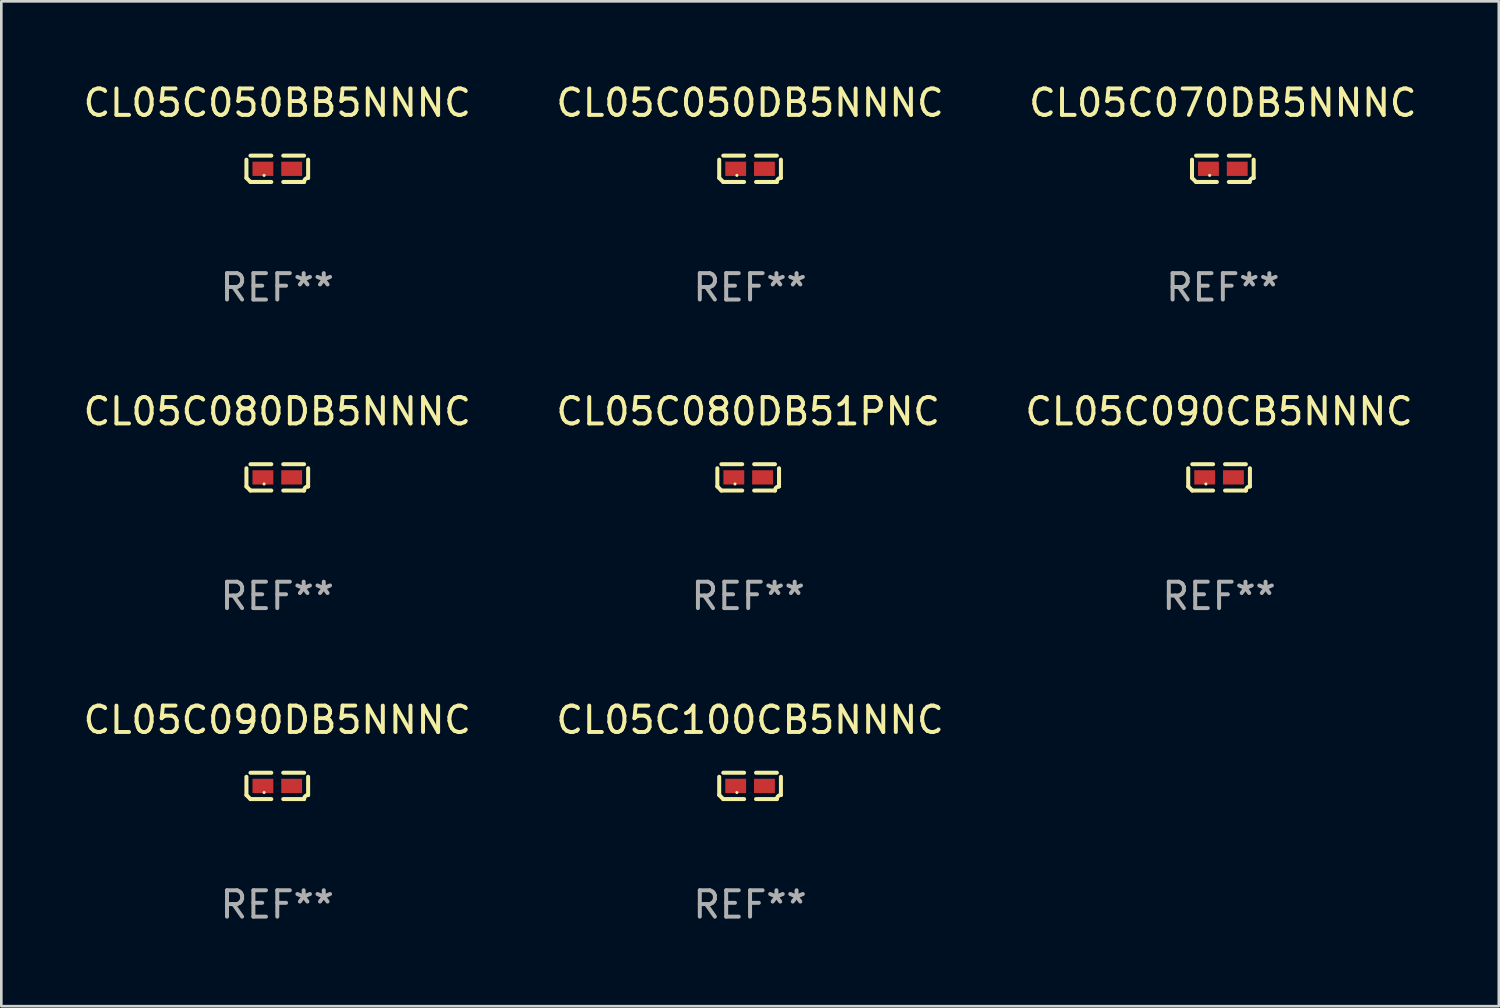
<source format=kicad_pcb>
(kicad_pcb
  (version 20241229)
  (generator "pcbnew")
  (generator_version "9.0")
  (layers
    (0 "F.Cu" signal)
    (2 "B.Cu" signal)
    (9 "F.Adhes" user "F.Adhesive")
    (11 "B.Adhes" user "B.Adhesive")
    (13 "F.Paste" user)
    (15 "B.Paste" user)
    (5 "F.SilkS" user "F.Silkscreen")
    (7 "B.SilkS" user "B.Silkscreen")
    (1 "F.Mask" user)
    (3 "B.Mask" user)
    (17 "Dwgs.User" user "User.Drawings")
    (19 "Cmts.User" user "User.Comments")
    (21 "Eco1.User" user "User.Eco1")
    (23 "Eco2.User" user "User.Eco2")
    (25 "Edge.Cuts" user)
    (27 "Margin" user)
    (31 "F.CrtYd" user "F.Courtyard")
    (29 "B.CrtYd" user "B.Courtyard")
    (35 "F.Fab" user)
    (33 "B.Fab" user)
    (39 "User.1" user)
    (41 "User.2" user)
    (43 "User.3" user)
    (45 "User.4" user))
  (footprint "CL05C050BB5NNNC"
    (layer "F.Cu")
    (at 7.458 3.347)
    (property "Reference" "CL05C050BB5NNNC" (at 0 -2.499 0) (layer "F.SilkS") (effects (font (size 1 1) (thickness 0.15))))
    (attr through_hole)
    (fp_line (start -1.169 0.346) (end -1.169 -0.346) (stroke (width 0.152) (type solid)) (layer "F.SilkS"))
    (fp_line (start -1.016 -0.499) (end -0.226 -0.499) (stroke (width 0.152) (type solid)) (layer "F.SilkS"))
    (fp_line (start -0.226 0.499) (end -1.016 0.499) (stroke (width 0.152) (type solid)) (layer "F.SilkS"))
    (fp_line (start 0.226 0.499) (end 1.016 0.499) (stroke (width 0.152) (type solid)) (layer "F.SilkS"))
    (fp_line (start 1.016 -0.499) (end 0.226 -0.499) (stroke (width 0.152) (type solid)) (layer "F.SilkS"))
    (fp_line (start 1.169 0.346) (end 1.169 -0.346) (stroke (width 0.152) (type solid)) (layer "F.SilkS"))
    (fp_arc (start -1.016307 0.498603) (mid -1.092512 0.422405) (end -1.16871 0.3462) (stroke (width 0.1524) (type solid)) (layer "F.SilkS"))
    (fp_arc (start 1.016307 0.498603) (mid 1.060899 0.390758) (end 1.168707 0.346076) (stroke (width 0.1524) (type solid)) (layer "F.SilkS"))
    (fp_circle (center -0.5 0.25) (end -0.47 0.25) (stroke (width 0.06) (type solid)) (fill no) (layer "F.SilkS"))
    (fp_text user "REF**" (at 0 4.499 0) (layer "F.Fab") (effects (font (size 1 1) (thickness 0.15))))
    (pad "1" smd rect (at -0.545 0) (size 0.79 0.54) (layers "F.Cu" "F.Mask" "F.Paste"))
    (pad "2" smd rect (at 0.545 0) (size 0.79 0.54) (layers "F.Cu" "F.Mask" "F.Paste")))
  (footprint "CL05C070DB5NNNC"
    (layer "F.Cu")
    (at 43.292 3.347)
    (property "Reference" "CL05C070DB5NNNC" (at 0 -2.499 0) (layer "F.SilkS") (effects (font (size 1 1) (thickness 0.15))))
    (attr through_hole)
    (fp_line (start -1.169 0.346) (end -1.169 -0.346) (stroke (width 0.152) (type solid)) (layer "F.SilkS"))
    (fp_line (start -1.016 -0.499) (end -0.226 -0.499) (stroke (width 0.152) (type solid)) (layer "F.SilkS"))
    (fp_line (start -0.226 0.499) (end -1.016 0.499) (stroke (width 0.152) (type solid)) (layer "F.SilkS"))
    (fp_line (start 0.226 0.499) (end 1.016 0.499) (stroke (width 0.152) (type solid)) (layer "F.SilkS"))
    (fp_line (start 1.016 -0.499) (end 0.226 -0.499) (stroke (width 0.152) (type solid)) (layer "F.SilkS"))
    (fp_line (start 1.169 0.346) (end 1.169 -0.346) (stroke (width 0.152) (type solid)) (layer "F.SilkS"))
    (fp_arc (start -1.016307 0.498603) (mid -1.092512 0.422405) (end -1.16871 0.3462) (stroke (width 0.1524) (type solid)) (layer "F.SilkS"))
    (fp_arc (start 1.016307 0.498603) (mid 1.060899 0.390758) (end 1.168707 0.346076) (stroke (width 0.1524) (type solid)) (layer "F.SilkS"))
    (fp_circle (center -0.5 0.25) (end -0.47 0.25) (stroke (width 0.06) (type solid)) (fill no) (layer "F.SilkS"))
    (fp_text user "REF**" (at 0 4.499 0) (layer "F.Fab") (effects (font (size 1 1) (thickness 0.15))))
    (pad "1" smd rect (at -0.545 0) (size 0.79 0.54) (layers "F.Cu" "F.Mask" "F.Paste"))
    (pad "2" smd rect (at 0.545 0) (size 0.79 0.54) (layers "F.Cu" "F.Mask" "F.Paste")))
  (footprint "CL05C080DB51PNC"
    (layer "F.Cu")
    (at 25.304 15.041)
    (property "Reference" "CL05C080DB51PNC" (at 0 -2.499 0) (layer "F.SilkS") (effects (font (size 1 1) (thickness 0.15))))
    (attr through_hole)
    (fp_line (start -1.169 0.346) (end -1.169 -0.346) (stroke (width 0.152) (type solid)) (layer "F.SilkS"))
    (fp_line (start -1.016 -0.499) (end -0.226 -0.499) (stroke (width 0.152) (type solid)) (layer "F.SilkS"))
    (fp_line (start -0.226 0.499) (end -1.016 0.499) (stroke (width 0.152) (type solid)) (layer "F.SilkS"))
    (fp_line (start 0.226 0.499) (end 1.016 0.499) (stroke (width 0.152) (type solid)) (layer "F.SilkS"))
    (fp_line (start 1.016 -0.499) (end 0.226 -0.499) (stroke (width 0.152) (type solid)) (layer "F.SilkS"))
    (fp_line (start 1.169 0.346) (end 1.169 -0.346) (stroke (width 0.152) (type solid)) (layer "F.SilkS"))
    (fp_arc (start -1.016307 0.498603) (mid -1.092512 0.422405) (end -1.16871 0.3462) (stroke (width 0.1524) (type solid)) (layer "F.SilkS"))
    (fp_arc (start 1.016307 0.498603) (mid 1.060899 0.390758) (end 1.168707 0.346076) (stroke (width 0.1524) (type solid)) (layer "F.SilkS"))
    (fp_circle (center -0.5 0.25) (end -0.47 0.25) (stroke (width 0.06) (type solid)) (fill no) (layer "F.SilkS"))
    (fp_text user "REF**" (at 0 4.499 0) (layer "F.Fab") (effects (font (size 1 1) (thickness 0.15))))
    (pad "1" smd rect (at -0.545 0) (size 0.79 0.54) (layers "F.Cu" "F.Mask" "F.Paste"))
    (pad "2" smd rect (at 0.545 0) (size 0.79 0.54) (layers "F.Cu" "F.Mask" "F.Paste")))
  (footprint "CL05C080DB5NNNC"
    (layer "F.Cu")
    (at 7.458 15.041)
    (property "Reference" "CL05C080DB5NNNC" (at 0 -2.499 0) (layer "F.SilkS") (effects (font (size 1 1) (thickness 0.15))))
    (attr through_hole)
    (fp_line (start -1.169 0.346) (end -1.169 -0.346) (stroke (width 0.152) (type solid)) (layer "F.SilkS"))
    (fp_line (start -1.016 -0.499) (end -0.226 -0.499) (stroke (width 0.152) (type solid)) (layer "F.SilkS"))
    (fp_line (start -0.226 0.499) (end -1.016 0.499) (stroke (width 0.152) (type solid)) (layer "F.SilkS"))
    (fp_line (start 0.226 0.499) (end 1.016 0.499) (stroke (width 0.152) (type solid)) (layer "F.SilkS"))
    (fp_line (start 1.016 -0.499) (end 0.226 -0.499) (stroke (width 0.152) (type solid)) (layer "F.SilkS"))
    (fp_line (start 1.169 0.346) (end 1.169 -0.346) (stroke (width 0.152) (type solid)) (layer "F.SilkS"))
    (fp_arc (start -1.016307 0.498603) (mid -1.092512 0.422405) (end -1.16871 0.3462) (stroke (width 0.1524) (type solid)) (layer "F.SilkS"))
    (fp_arc (start 1.016307 0.498603) (mid 1.060899 0.390758) (end 1.168707 0.346076) (stroke (width 0.1524) (type solid)) (layer "F.SilkS"))
    (fp_circle (center -0.5 0.25) (end -0.47 0.25) (stroke (width 0.06) (type solid)) (fill no) (layer "F.SilkS"))
    (fp_text user "REF**" (at 0 4.499 0) (layer "F.Fab") (effects (font (size 1 1) (thickness 0.15))))
    (pad "1" smd rect (at -0.545 0) (size 0.79 0.54) (layers "F.Cu" "F.Mask" "F.Paste"))
    (pad "2" smd rect (at 0.545 0) (size 0.79 0.54) (layers "F.Cu" "F.Mask" "F.Paste")))
  (footprint "CL05C090DB5NNNC"
    (layer "F.Cu")
    (at 7.458 26.734)
    (property "Reference" "CL05C090DB5NNNC" (at 0 -2.499 0) (layer "F.SilkS") (effects (font (size 1 1) (thickness 0.15))))
    (attr through_hole)
    (fp_line (start -1.169 0.346) (end -1.169 -0.346) (stroke (width 0.152) (type solid)) (layer "F.SilkS"))
    (fp_line (start -1.016 -0.499) (end -0.226 -0.499) (stroke (width 0.152) (type solid)) (layer "F.SilkS"))
    (fp_line (start -0.226 0.499) (end -1.016 0.499) (stroke (width 0.152) (type solid)) (layer "F.SilkS"))
    (fp_line (start 0.226 0.499) (end 1.016 0.499) (stroke (width 0.152) (type solid)) (layer "F.SilkS"))
    (fp_line (start 1.016 -0.499) (end 0.226 -0.499) (stroke (width 0.152) (type solid)) (layer "F.SilkS"))
    (fp_line (start 1.169 0.346) (end 1.169 -0.346) (stroke (width 0.152) (type solid)) (layer "F.SilkS"))
    (fp_arc (start -1.016307 0.498603) (mid -1.092512 0.422405) (end -1.16871 0.3462) (stroke (width 0.1524) (type solid)) (layer "F.SilkS"))
    (fp_arc (start 1.016307 0.498603) (mid 1.060899 0.390758) (end 1.168707 0.346076) (stroke (width 0.1524) (type solid)) (layer "F.SilkS"))
    (fp_circle (center -0.5 0.25) (end -0.47 0.25) (stroke (width 0.06) (type solid)) (fill no) (layer "F.SilkS"))
    (fp_text user "REF**" (at 0 4.499 0) (layer "F.Fab") (effects (font (size 1 1) (thickness 0.15))))
    (pad "1" smd rect (at -0.545 0) (size 0.79 0.54) (layers "F.Cu" "F.Mask" "F.Paste"))
    (pad "2" smd rect (at 0.545 0) (size 0.79 0.54) (layers "F.Cu" "F.Mask" "F.Paste")))
  (footprint "CL05C050DB5NNNC"
    (layer "F.Cu")
    (at 25.375 3.347)
    (property "Reference" "CL05C050DB5NNNC" (at 0 -2.499 0) (layer "F.SilkS") (effects (font (size 1 1) (thickness 0.15))))
    (attr through_hole)
    (fp_line (start -1.169 0.346) (end -1.169 -0.346) (stroke (width 0.152) (type solid)) (layer "F.SilkS"))
    (fp_line (start -1.016 -0.499) (end -0.226 -0.499) (stroke (width 0.152) (type solid)) (layer "F.SilkS"))
    (fp_line (start -0.226 0.499) (end -1.016 0.499) (stroke (width 0.152) (type solid)) (layer "F.SilkS"))
    (fp_line (start 0.226 0.499) (end 1.016 0.499) (stroke (width 0.152) (type solid)) (layer "F.SilkS"))
    (fp_line (start 1.016 -0.499) (end 0.226 -0.499) (stroke (width 0.152) (type solid)) (layer "F.SilkS"))
    (fp_line (start 1.169 0.346) (end 1.169 -0.346) (stroke (width 0.152) (type solid)) (layer "F.SilkS"))
    (fp_arc (start -1.016307 0.498603) (mid -1.092512 0.422405) (end -1.16871 0.3462) (stroke (width 0.1524) (type solid)) (layer "F.SilkS"))
    (fp_arc (start 1.016307 0.498603) (mid 1.060899 0.390758) (end 1.168707 0.346076) (stroke (width 0.1524) (type solid)) (layer "F.SilkS"))
    (fp_circle (center -0.5 0.25) (end -0.47 0.25) (stroke (width 0.06) (type solid)) (fill no) (layer "F.SilkS"))
    (fp_text user "REF**" (at 0 4.499 0) (layer "F.Fab") (effects (font (size 1 1) (thickness 0.15))))
    (pad "1" smd rect (at -0.545 0) (size 0.79 0.54) (layers "F.Cu" "F.Mask" "F.Paste"))
    (pad "2" smd rect (at 0.545 0) (size 0.79 0.54) (layers "F.Cu" "F.Mask" "F.Paste")))
  (footprint "CL05C100CB5NNNC"
    (layer "F.Cu")
    (at 25.375 26.734)
    (property "Reference" "CL05C100CB5NNNC" (at 0 -2.499 0) (layer "F.SilkS") (effects (font (size 1 1) (thickness 0.15))))
    (attr through_hole)
    (fp_line (start -1.169 0.346) (end -1.169 -0.346) (stroke (width 0.152) (type solid)) (layer "F.SilkS"))
    (fp_line (start -1.016 -0.499) (end -0.226 -0.499) (stroke (width 0.152) (type solid)) (layer "F.SilkS"))
    (fp_line (start -0.226 0.499) (end -1.016 0.499) (stroke (width 0.152) (type solid)) (layer "F.SilkS"))
    (fp_line (start 0.226 0.499) (end 1.016 0.499) (stroke (width 0.152) (type solid)) (layer "F.SilkS"))
    (fp_line (start 1.016 -0.499) (end 0.226 -0.499) (stroke (width 0.152) (type solid)) (layer "F.SilkS"))
    (fp_line (start 1.169 0.346) (end 1.169 -0.346) (stroke (width 0.152) (type solid)) (layer "F.SilkS"))
    (fp_arc (start -1.016307 0.498603) (mid -1.092512 0.422405) (end -1.16871 0.3462) (stroke (width 0.1524) (type solid)) (layer "F.SilkS"))
    (fp_arc (start 1.016307 0.498603) (mid 1.060899 0.390758) (end 1.168707 0.346076) (stroke (width 0.1524) (type solid)) (layer "F.SilkS"))
    (fp_circle (center -0.5 0.25) (end -0.47 0.25) (stroke (width 0.06) (type solid)) (fill no) (layer "F.SilkS"))
    (fp_text user "REF**" (at 0 4.499 0) (layer "F.Fab") (effects (font (size 1 1) (thickness 0.15))))
    (pad "1" smd rect (at -0.545 0) (size 0.79 0.54) (layers "F.Cu" "F.Mask" "F.Paste"))
    (pad "2" smd rect (at 0.545 0) (size 0.79 0.54) (layers "F.Cu" "F.Mask" "F.Paste")))
  (footprint "CL05C090CB5NNNC"
    (layer "F.Cu")
    (at 43.149 15.041)
    (property "Reference" "CL05C090CB5NNNC" (at 0 -2.499 0) (layer "F.SilkS") (effects (font (size 1 1) (thickness 0.15))))
    (attr through_hole)
    (fp_line (start -1.169 0.346) (end -1.169 -0.346) (stroke (width 0.152) (type solid)) (layer "F.SilkS"))
    (fp_line (start -1.016 -0.499) (end -0.226 -0.499) (stroke (width 0.152) (type solid)) (layer "F.SilkS"))
    (fp_line (start -0.226 0.499) (end -1.016 0.499) (stroke (width 0.152) (type solid)) (layer "F.SilkS"))
    (fp_line (start 0.226 0.499) (end 1.016 0.499) (stroke (width 0.152) (type solid)) (layer "F.SilkS"))
    (fp_line (start 1.016 -0.499) (end 0.226 -0.499) (stroke (width 0.152) (type solid)) (layer "F.SilkS"))
    (fp_line (start 1.169 0.346) (end 1.169 -0.346) (stroke (width 0.152) (type solid)) (layer "F.SilkS"))
    (fp_arc (start -1.016307 0.498603) (mid -1.092512 0.422405) (end -1.16871 0.3462) (stroke (width 0.1524) (type solid)) (layer "F.SilkS"))
    (fp_arc (start 1.016307 0.498603) (mid 1.060899 0.390758) (end 1.168707 0.346076) (stroke (width 0.1524) (type solid)) (layer "F.SilkS"))
    (fp_circle (center -0.5 0.25) (end -0.47 0.25) (stroke (width 0.06) (type solid)) (fill no) (layer "F.SilkS"))
    (fp_text user "REF**" (at 0 4.499 0) (layer "F.Fab") (effects (font (size 1 1) (thickness 0.15))))
    (pad "1" smd rect (at -0.545 0) (size 0.79 0.54) (layers "F.Cu" "F.Mask" "F.Paste"))
    (pad "2" smd rect (at 0.545 0) (size 0.79 0.54) (layers "F.Cu" "F.Mask" "F.Paste")))
  (gr_rect
    (start -3 -3)
    (end 53.75 35.081)
    (stroke (width 0.1) (type default))
    (fill no)
    (layer "Edge.Cuts")))
</source>
